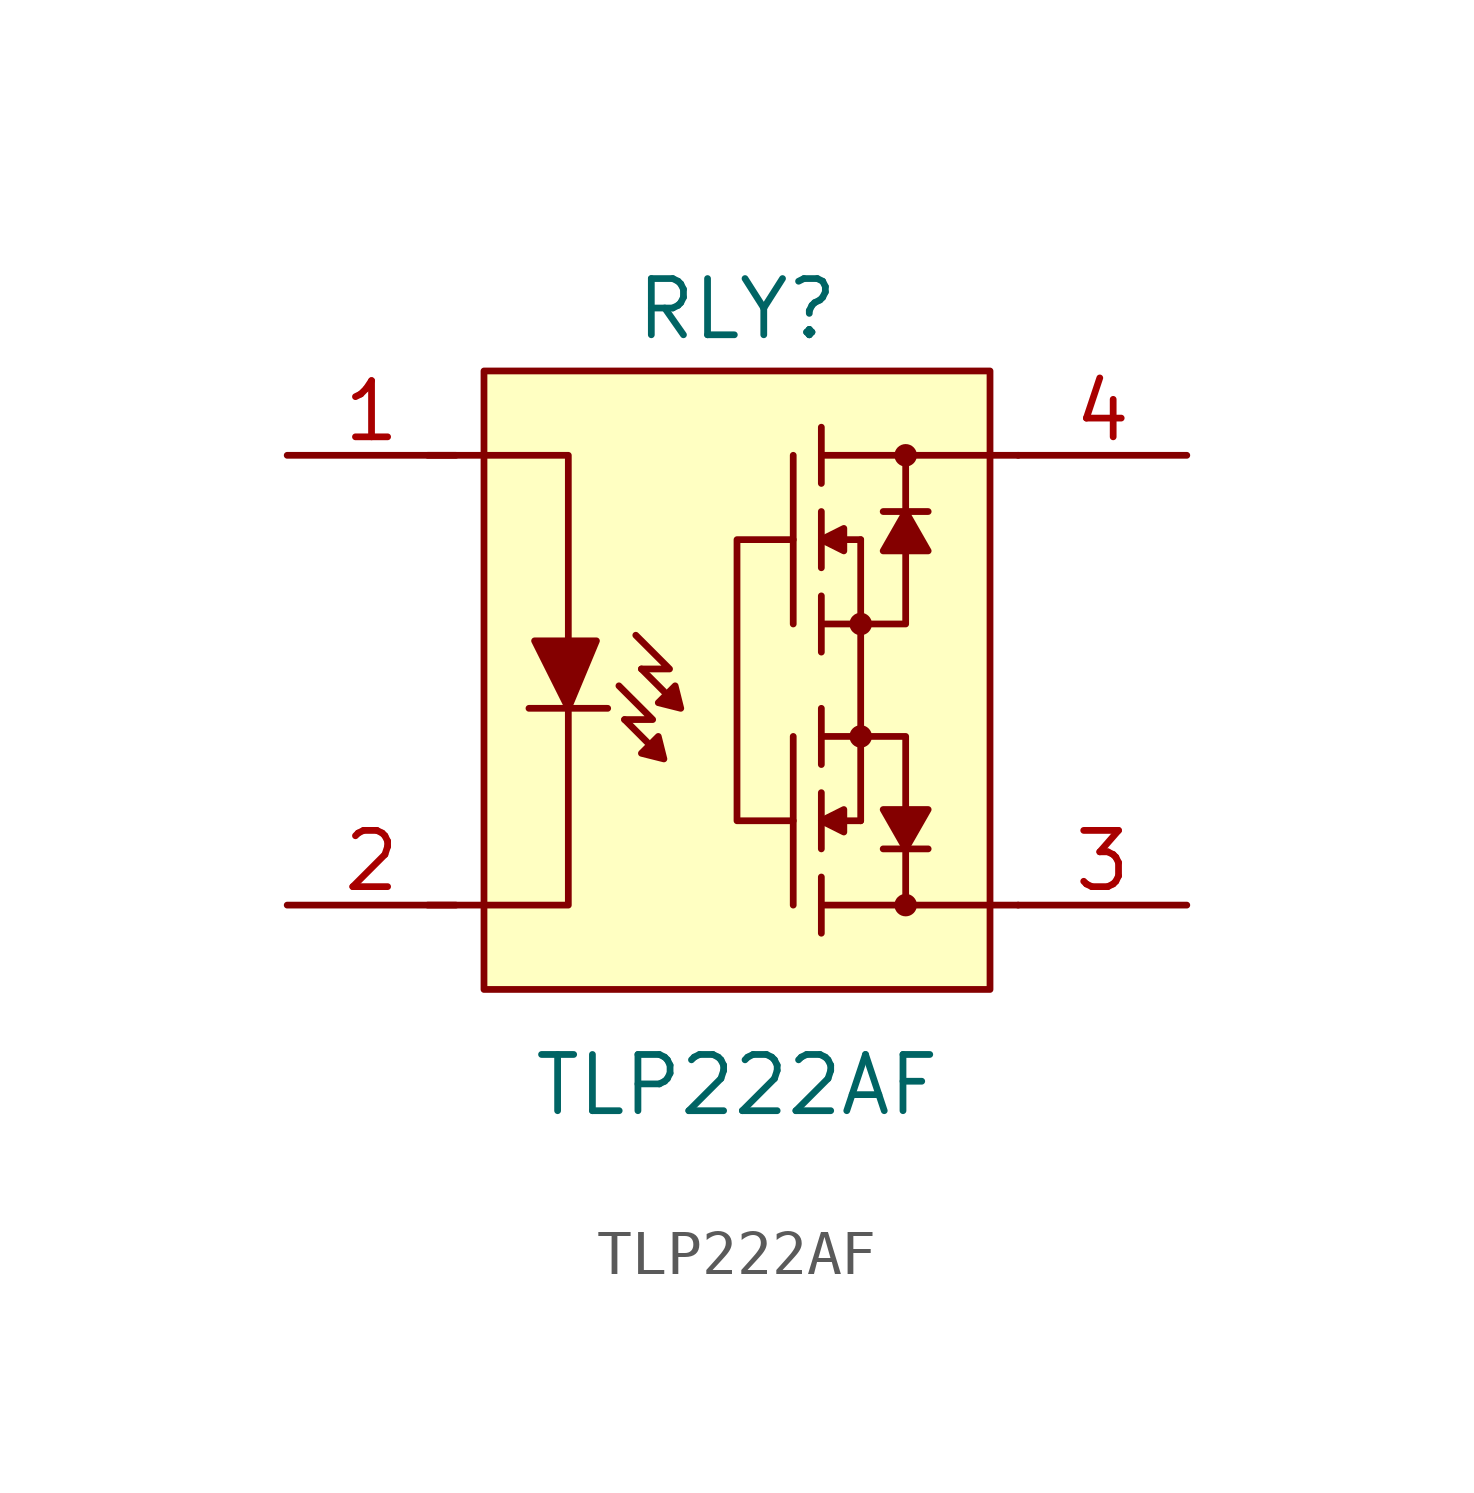
<source format=kicad_sym>
(kicad_symbol_lib
  (version 20220914)
  (generator kicad_symbol_editor)
  (symbol "TLP222AF"
    (pin_names
      (offset 0) hide)
    (property "Reference" "RLY"
      (at 0 8.382 0)
      (effects (font (size 1.27 1.27))))
    (property "Value" "TLP222AF"
      (at 0 -9.144 0)
      (effects (font (size 1.27 1.27))))
    (symbol "TLP222AF_0_1"
      (rectangle (start -5.715 6.985) (end 5.715 -6.985) (stroke (width 0) (type solid)) (fill (type background)))
      (polyline (pts (xy -4.699 -0.635) (xy -2.921 -0.635)) (stroke (width 0) (type solid)) (fill (type none)))
      (polyline (pts (xy -2.54 -0.889) (xy -2.032 -1.397)) (stroke (width 0) (type solid)) (fill (type none)))
      (polyline (pts (xy -2.159 0.254) (xy -1.651 -0.254)) (stroke (width 0) (type solid)) (fill (type none)))
      (polyline (pts (xy 1.27 -1.27) (xy 1.27 -5.08)) (stroke (width 0) (type solid)) (fill (type none)))
      (polyline (pts (xy 1.27 5.08) (xy 1.27 1.27)) (stroke (width 0) (type solid)) (fill (type none)))
      (polyline (pts (xy 1.905 -3.81) (xy 1.905 -2.54)) (stroke (width 0) (type solid)) (fill (type none)))
      (polyline (pts (xy 1.905 -1.905) (xy 1.905 -0.635)) (stroke (width 0) (type solid)) (fill (type none)))
      (polyline (pts (xy 1.905 1.905) (xy 1.905 0.635)) (stroke (width 0) (type solid)) (fill (type none)))
      (polyline (pts (xy 1.905 3.81) (xy 1.905 2.54)) (stroke (width 0) (type solid)) (fill (type none)))
      (polyline (pts (xy 2.794 -3.175) (xy 2.413 -3.175)) (stroke (width 0) (type solid)) (fill (type none)))
      (polyline (pts (xy 2.794 -3.175) (xy 2.794 3.175)) (stroke (width 0) (type solid)) (fill (type none)))
      (polyline (pts (xy 2.794 3.175) (xy 2.413 3.175)) (stroke (width 0) (type solid)) (fill (type none)))
      (polyline (pts (xy 3.302 -3.81) (xy 4.318 -3.81)) (stroke (width 0) (type solid)) (fill (type none)))
      (polyline (pts (xy 3.302 3.81) (xy 4.318 3.81)) (stroke (width 0) (type solid)) (fill (type none)))
      (polyline (pts (xy 3.81 -3.81) (xy 3.81 -5.08)) (stroke (width 0) (type solid)) (fill (type none)))
      (polyline (pts (xy 3.81 3.81) (xy 3.81 5.08)) (stroke (width 0) (type solid)) (fill (type none)))
      (polyline (pts (xy -3.81 -0.508) (xy -3.81 -5.08) (xy -6.985 -5.08)) (stroke (width 0) (type solid)) (fill (type none)))
      (polyline (pts (xy -3.81 0.508) (xy -3.81 5.08) (xy -6.985 5.08)) (stroke (width 0) (type solid)) (fill (type none)))
      (polyline (pts (xy -2.54 -0.889) (xy -1.905 -0.889) (xy -2.667 -0.127)) (stroke (width 0) (type solid)) (fill (type none)))
      (polyline (pts (xy -2.159 0.254) (xy -1.524 0.254) (xy -2.286 1.016)) (stroke (width 0) (type solid)) (fill (type none)))
      (polyline (pts (xy 1.905 -1.27) (xy 3.81 -1.27) (xy 3.81 -3.175)) (stroke (width 0) (type solid)) (fill (type none)))
      (polyline (pts (xy 1.905 1.27) (xy 3.81 1.27) (xy 3.81 3.175)) (stroke (width 0) (type solid)) (fill (type none)))
      (polyline (pts (xy -4.572 0.889) (xy -3.175 0.889) (xy -3.81 -0.635) (xy -4.572 0.889)) (stroke (width 0) (type solid)) (fill (type outline)))
      (polyline (pts (xy -2.159 -1.651) (xy -1.778 -1.27) (xy -1.651 -1.778) (xy -2.159 -1.651)) (stroke (width 0) (type solid)) (fill (type outline)))
      (polyline (pts (xy -1.778 -0.508) (xy -1.397 -0.127) (xy -1.27 -0.635) (xy -1.778 -0.508)) (stroke (width 0) (type solid)) (fill (type outline)))
      (polyline (pts (xy 1.27 -3.175) (xy 0 -3.175) (xy 0 3.175) (xy 1.27 3.175)) (stroke (width 0) (type solid)) (fill (type none)))
      (polyline (pts (xy 2.413 -2.921) (xy 2.413 -3.429) (xy 1.905 -3.175) (xy 2.413 -2.921)) (stroke (width 0) (type solid)) (fill (type outline)))
      (polyline (pts (xy 2.413 3.429) (xy 2.413 2.921) (xy 1.905 3.175) (xy 2.413 3.429)) (stroke (width 0) (type solid)) (fill (type outline)))
      (polyline (pts (xy 3.81 -3.81) (xy 3.302 -2.921) (xy 4.318 -2.921) (xy 3.81 -3.81)) (stroke (width 0) (type solid)) (fill (type outline)))
      (polyline (pts (xy 3.81 3.81) (xy 3.302 2.921) (xy 4.318 2.921) (xy 3.81 3.81)) (stroke (width 0) (type solid)) (fill (type outline)))
      (polyline (pts (xy 6.35 -5.08) (xy 1.905 -5.08) (xy 1.905 -4.445) (xy 1.905 -5.715)) (stroke (width 0) (type solid)) (fill (type none)))
      (polyline (pts (xy 6.35 5.08) (xy 1.905 5.08) (xy 1.905 5.715) (xy 1.905 4.445)) (stroke (width 0) (type solid)) (fill (type none)))
      (circle (center 2.794 -1.27) (radius 0.178) (stroke (width 0) (type solid)) (fill (type outline)))
      (circle (center 2.794 1.27) (radius 0.178) (stroke (width 0) (type solid)) (fill (type outline)))
      (circle (center 3.81 -5.08) (radius 0.178) (stroke (width 0) (type solid)) (fill (type outline)))
      (circle (center 3.81 5.08) (radius 0.178) (stroke (width 0) (type solid)) (fill (type outline))))
    (symbol "TLP222AF_1_1"
      (pin passive line (at -10.16 5.08 0) (length 3.81) (name "A" (effects (font (size 1.27 1.27)))) (number "1" (effects (font (size 1.27 1.27)))))
      (pin passive line (at -10.16 -5.08 0) (length 3.81) (name "K" (effects (font (size 1.27 1.27)))) (number "2" (effects (font (size 1.27 1.27)))))
      (pin passive line (at 10.16 -5.08 180) (length 3.81) (name "DRAIN" (effects (font (size 1.27 1.27)))) (number "3" (effects (font (size 1.27 1.27)))))
      (pin passive line (at 10.16 5.08 180) (length 3.81) (name "DRAIN" (effects (font (size 1.27 1.27)))) (number "4" (effects (font (size 1.27 1.27))))))))
</source>
